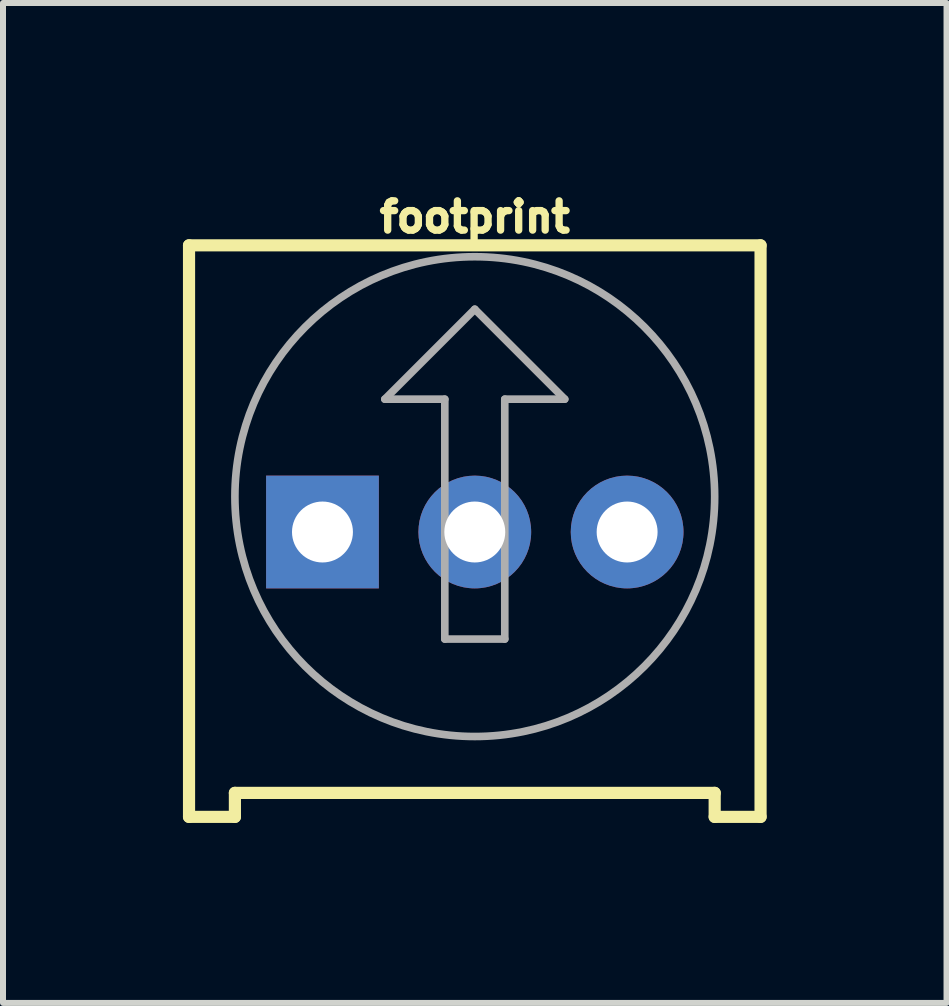
<source format=kicad_pcb>
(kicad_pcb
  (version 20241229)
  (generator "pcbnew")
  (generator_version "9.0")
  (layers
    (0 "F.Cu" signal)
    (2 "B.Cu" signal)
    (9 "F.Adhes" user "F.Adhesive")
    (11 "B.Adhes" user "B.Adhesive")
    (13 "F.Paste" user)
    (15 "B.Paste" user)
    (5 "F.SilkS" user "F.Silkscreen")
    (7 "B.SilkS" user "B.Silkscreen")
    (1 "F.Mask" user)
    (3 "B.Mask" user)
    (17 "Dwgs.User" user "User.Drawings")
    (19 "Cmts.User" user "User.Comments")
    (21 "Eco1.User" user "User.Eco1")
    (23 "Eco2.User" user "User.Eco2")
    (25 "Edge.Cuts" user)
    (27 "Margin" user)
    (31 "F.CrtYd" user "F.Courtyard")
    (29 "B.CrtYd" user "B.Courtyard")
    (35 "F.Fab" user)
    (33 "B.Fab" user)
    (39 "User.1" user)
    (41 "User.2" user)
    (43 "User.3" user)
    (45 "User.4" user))
  (footprint "footprint"
    (layer "F.Cu")
    (at 4.867 5.806)
    (property "Reference" "footprint" (at 0 -4.953 0) (layer "F.SilkS") (effects (font (size 0.488 0.488) (thickness 0.122)) (justify bottom)))
    (fp_line (start -4.765 -4.765) (end -4.765 4.765) (stroke (width 0.203) (type solid)) (layer "F.SilkS"))
    (fp_line (start -4.765 4.765) (end -4 4.765) (stroke (width 0.203) (type solid)) (layer "F.SilkS"))
    (fp_line (start -4 4.365) (end 4 4.365) (stroke (width 0.203) (type solid)) (layer "F.SilkS"))
    (fp_line (start -4 4.765) (end -4 4.365) (stroke (width 0.203) (type solid)) (layer "F.SilkS"))
    (fp_line (start 4 4.365) (end 4 4.765) (stroke (width 0.203) (type solid)) (layer "F.SilkS"))
    (fp_line (start 4 4.765) (end 4.765 4.765) (stroke (width 0.203) (type solid)) (layer "F.SilkS"))
    (fp_line (start 4.765 -4.765) (end -4.765 -4.765) (stroke (width 0.203) (type solid)) (layer "F.SilkS"))
    (fp_line (start 4.765 4.765) (end 4.765 -4.765) (stroke (width 0.203) (type solid)) (layer "F.SilkS"))
    (fp_line (start -1.5 -2.2) (end -0.5 -2.2) (stroke (width 0.127) (type solid)) (layer "F.Fab"))
    (fp_line (start -0.5 -2.2) (end -0.5 1.8) (stroke (width 0.127) (type solid)) (layer "F.Fab"))
    (fp_line (start -0.5 1.8) (end 0.5 1.8) (stroke (width 0.127) (type solid)) (layer "F.Fab"))
    (fp_line (start 0 -3.7) (end -1.5 -2.2) (stroke (width 0.127) (type solid)) (layer "F.Fab"))
    (fp_line (start 0.5 -2.2) (end 1.5 -2.2) (stroke (width 0.127) (type solid)) (layer "F.Fab"))
    (fp_line (start 0.5 1.8) (end 0.5 -2.2) (stroke (width 0.127) (type solid)) (layer "F.Fab"))
    (fp_line (start 1.5 -2.2) (end 0 -3.7) (stroke (width 0.127) (type solid)) (layer "F.Fab"))
    (fp_circle (center 0 -0.575) (end 4 -0.575) (stroke (width 0.127) (type solid)) (fill no) (layer "F.Fab"))
    (pad "1" thru_hole rect (at -2.54 0.015) (size 1.88 1.88) (drill 1.016) (layers "*.Cu" "*.Mask"))
    (pad "2" thru_hole circle (at 0 0.015) (size 1.88 1.88) (drill 1.016) (layers "*.Cu" "*.Mask"))
    (pad "3" thru_hole circle (at 2.54 0.015) (size 1.88 1.88) (drill 1.016) (layers "*.Cu" "*.Mask")))
  (gr_rect
    (start -3 -3)
    (end 12.733 13.673)
    (stroke (width 0.1) (type default))
    (fill no)
    (layer "Edge.Cuts")))
</source>
